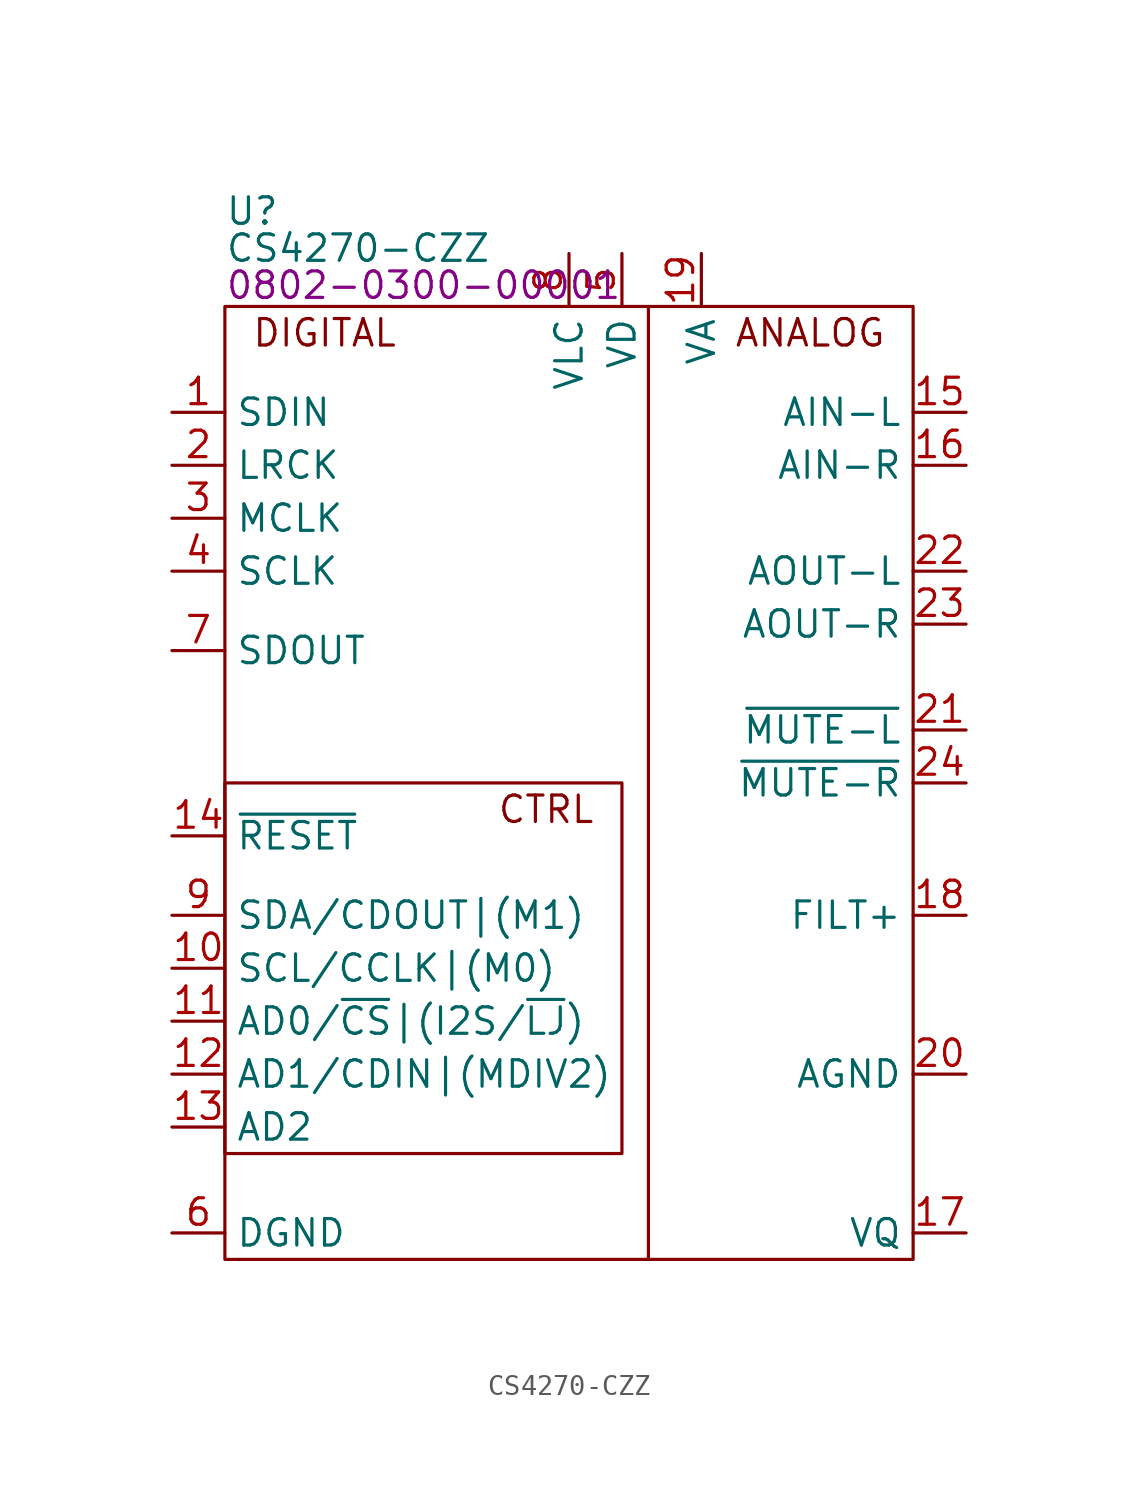
<source format=kicad_sym>
(kicad_symbol_lib
  (version 20231120)
  (generator "kicad_symbol_editor")
  (generator_version "8.0")
  (symbol "CS4270-CZZ"
    (property "Reference" "U"
      (at -20.32 4.572 0)
      (effects (font (size 1.27 1.27)) (justify left)))
    (property "Value" "CS4270-CZZ"
      (at -20.32 2.794 0)
      (effects (font (size 1.27 1.27)) (justify left)))
    (property "SupplierPN" "0802-0300-00001"
      (at -20.32 1.016 0)
      (effects (font (size 1.27 1.27)) (justify left)))
    (symbol "CS4270-CZZ_0_0"
      (pin input line (at -22.86 -5.08 0) (length 2.54) (name "SDIN" (effects (font (size 1.27 1.27)))) (number "1" (effects (font (size 1.27 1.27)))))
      (pin input line (at -22.86 -31.75 0) (length 2.54) (name "SCL/CCLK|(M0)" (effects (font (size 1.27 1.27)))) (number "10" (effects (font (size 1.27 1.27)))) (alternate "CCLK" input line) (alternate "M0" input line) (alternate "SCL" input line))
      (pin input line (at -22.86 -34.29 0) (length 2.54) (name "AD0/~{CS}|(I2S/~{LJ})" (effects (font (size 1.27 1.27)))) (number "11" (effects (font (size 1.27 1.27)))) (alternate "AD0" input line) (alternate "I2S/~{LJ}" input line) (alternate "~{CS}" input line))
      (pin input line (at -22.86 -36.83 0) (length 2.54) (name "AD1/CDIN|(MDIV2)" (effects (font (size 1.27 1.27)))) (number "12" (effects (font (size 1.27 1.27)))) (alternate "AD1" input line) (alternate "CDIN" input line) (alternate "MDIV2" input line))
      (pin input line (at -22.86 -39.37 0) (length 2.54) (name "AD2" (effects (font (size 1.27 1.27)))) (number "13" (effects (font (size 1.27 1.27)))) (alternate "MDIV2" input line))
      (pin input line (at -22.86 -25.4 0) (length 2.54) (name "~{RESET}" (effects (font (size 1.27 1.27)))) (number "14" (effects (font (size 1.27 1.27)))))
      (pin input line (at 15.24 -5.08 180) (length 2.54) (name "AIN-L" (effects (font (size 1.27 1.27)))) (number "15" (effects (font (size 1.27 1.27)))) (alternate "AINA" input line))
      (pin input line (at 15.24 -7.62 180) (length 2.54) (name "AIN-R" (effects (font (size 1.27 1.27)))) (number "16" (effects (font (size 1.27 1.27)))) (alternate "AINB" input line))
      (pin power_in line (at 15.24 -44.45 180) (length 2.54) (name "VQ" (effects (font (size 1.27 1.27)))) (number "17" (effects (font (size 1.27 1.27)))))
      (pin output line (at 15.24 -29.21 180) (length 2.54) (name "FILT+" (effects (font (size 1.27 1.27)))) (number "18" (effects (font (size 1.27 1.27)))))
      (pin power_in line (at 2.54 2.54 270) (length 2.54) (name "VA" (effects (font (size 1.27 1.27)))) (number "19" (effects (font (size 1.27 1.27)))))
      (pin bidirectional line (at -22.86 -7.62 0) (length 2.54) (name "LRCK" (effects (font (size 1.27 1.27)))) (number "2" (effects (font (size 1.27 1.27)))))
      (pin power_in line (at 15.24 -36.83 180) (length 2.54) (name "AGND" (effects (font (size 1.27 1.27)))) (number "20" (effects (font (size 1.27 1.27)))))
      (pin output line (at 15.24 -20.32 180) (length 2.54) (name "~{MUTE-L}" (effects (font (size 1.27 1.27)))) (number "21" (effects (font (size 1.27 1.27)))) (alternate "~{MUTEA}" output line))
      (pin output line (at 15.24 -12.7 180) (length 2.54) (name "AOUT-L" (effects (font (size 1.27 1.27)))) (number "22" (effects (font (size 1.27 1.27)))) (alternate "AOUTA" output line))
      (pin output line (at 15.24 -15.24 180) (length 2.54) (name "AOUT-R" (effects (font (size 1.27 1.27)))) (number "23" (effects (font (size 1.27 1.27)))) (alternate "AOUTB" output line))
      (pin output line (at 15.24 -22.86 180) (length 2.54) (name "~{MUTE-R}" (effects (font (size 1.27 1.27)))) (number "24" (effects (font (size 1.27 1.27)))) (alternate "~{MUTEB}" output line))
      (pin input line (at -22.86 -10.16 0) (length 2.54) (name "MCLK" (effects (font (size 1.27 1.27)))) (number "3" (effects (font (size 1.27 1.27)))))
      (pin bidirectional line (at -22.86 -12.7 0) (length 2.54) (name "SCLK" (effects (font (size 1.27 1.27)))) (number "4" (effects (font (size 1.27 1.27)))))
      (pin power_in line (at -1.27 2.54 270) (length 2.54) (name "VD" (effects (font (size 1.27 1.27)))) (number "5" (effects (font (size 1.27 1.27)))))
      (pin power_in line (at -22.86 -44.45 0) (length 2.54) (name "DGND" (effects (font (size 1.27 1.27)))) (number "6" (effects (font (size 1.27 1.27)))))
      (pin output line (at -22.86 -16.51 0) (length 2.54) (name "SDOUT" (effects (font (size 1.27 1.27)))) (number "7" (effects (font (size 1.27 1.27)))) (alternate "M/~{S}-SEL" output line))
      (pin power_in line (at -3.81 2.54 270) (length 2.54) (name "VLC" (effects (font (size 1.27 1.27)))) (number "8" (effects (font (size 1.27 1.27)))))
      (pin bidirectional line (at -22.86 -29.21 0) (length 2.54) (name "SDA/CDOUT|(M1)" (effects (font (size 1.27 1.27)))) (number "9" (effects (font (size 1.27 1.27)))) (alternate "CDOUT" bidirectional line) (alternate "M1" input line) (alternate "SDA" output line)))
    (symbol "CS4270-CZZ_0_1"
      (rectangle (start -20.32 -22.86) (end -1.27 -40.64) (stroke (width 0) (type default)) (fill (type none)))
      (rectangle (start -20.32 0) (end 12.7 -45.72) (stroke (width 0) (type default)) (fill (type none)))
      (polyline (pts (xy 0 0) (xy 0 -45.72)) (stroke (width 0) (type default)) (fill (type none)))
      (text "ANALOG" (at 11.43 -1.27 0) (effects (font (size 1.27 1.27)) (justify right)))
      (text "CTRL" (at -2.54 -24.13 0) (effects (font (size 1.27 1.27)) (justify right)))
      (text "DIGITAL" (at -19.05 -1.27 0) (effects (font (size 1.27 1.27)) (justify left))))))
</source>
